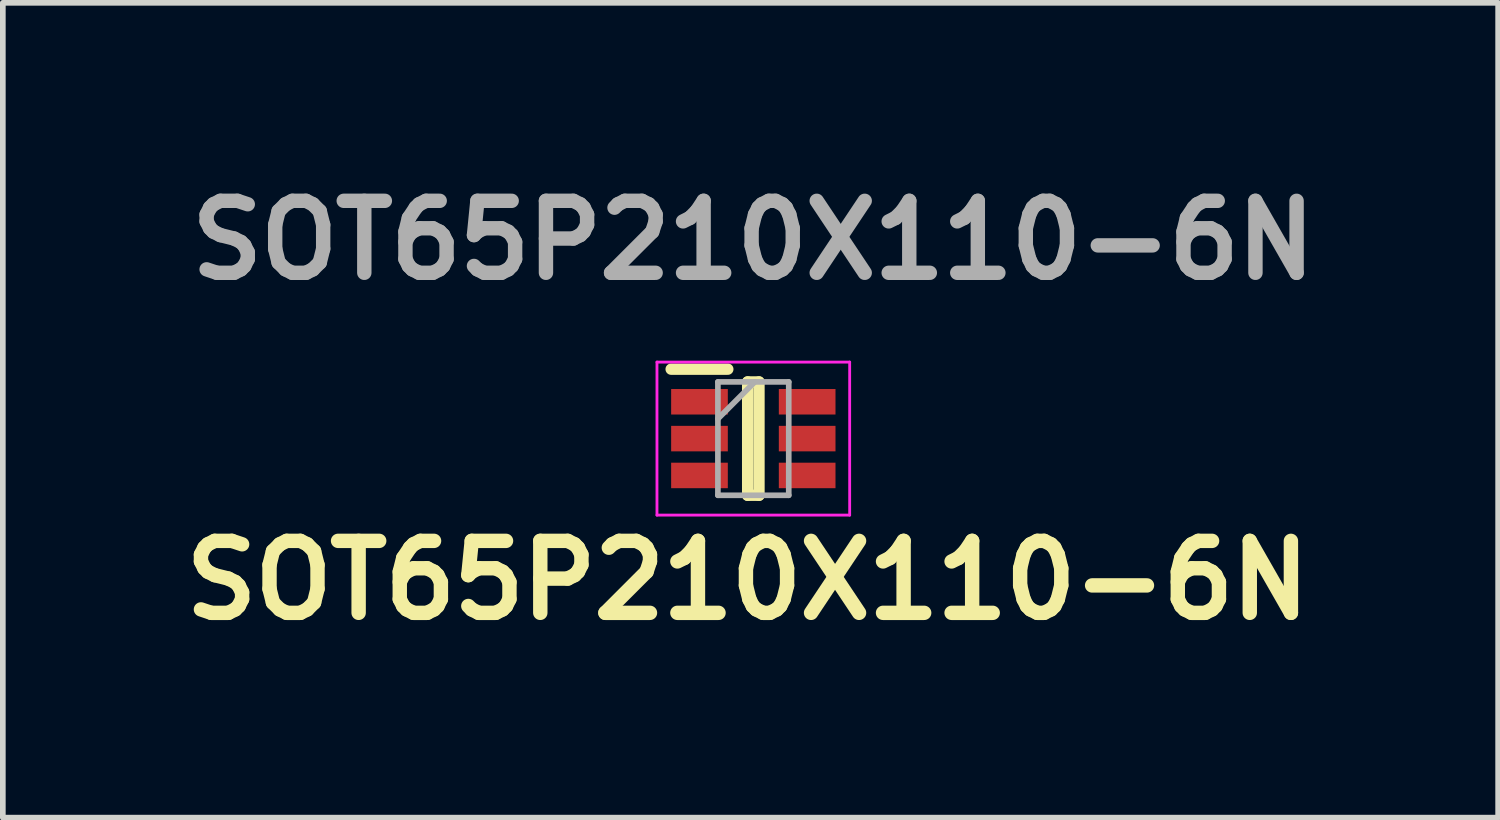
<source format=kicad_pcb>
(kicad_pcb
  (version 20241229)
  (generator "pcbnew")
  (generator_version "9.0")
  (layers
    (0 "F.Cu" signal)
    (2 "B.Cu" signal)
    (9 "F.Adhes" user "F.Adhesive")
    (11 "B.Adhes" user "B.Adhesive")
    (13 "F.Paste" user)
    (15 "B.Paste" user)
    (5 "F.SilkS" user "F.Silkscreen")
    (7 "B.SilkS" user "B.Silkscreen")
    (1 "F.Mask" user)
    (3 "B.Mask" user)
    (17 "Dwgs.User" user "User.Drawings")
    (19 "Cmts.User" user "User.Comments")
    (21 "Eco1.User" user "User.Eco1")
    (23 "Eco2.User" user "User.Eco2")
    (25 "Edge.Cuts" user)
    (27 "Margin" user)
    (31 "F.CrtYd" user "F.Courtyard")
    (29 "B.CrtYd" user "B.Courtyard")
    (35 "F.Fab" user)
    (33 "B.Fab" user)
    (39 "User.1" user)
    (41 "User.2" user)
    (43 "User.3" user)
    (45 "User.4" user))
  (footprint "SOT65P210X110-6N"
    (layer "F.Cu")
    (at 10.242 4.689)
    (property "Reference" "SOT65P210X110-6N" (at -0.1 2.5 0) (layer "F.SilkS") (effects (font (size 1.27 1.27) (thickness 0.254))))
    (attr smd)
    (fp_line (start -1.45 -1.225) (end -0.45 -1.225) (stroke (width 0.2) (type solid)) (layer "F.SilkS"))
    (fp_line (start -0.1 -1) (end 0.1 -1) (stroke (width 0.2) (type solid)) (layer "F.SilkS"))
    (fp_line (start -0.1 1) (end -0.1 -1) (stroke (width 0.2) (type solid)) (layer "F.SilkS"))
    (fp_line (start 0.1 -1) (end 0.1 1) (stroke (width 0.2) (type solid)) (layer "F.SilkS"))
    (fp_line (start 0.1 1) (end -0.1 1) (stroke (width 0.2) (type solid)) (layer "F.SilkS"))
    (fp_line (start -1.7 -1.35) (end 1.7 -1.35) (stroke (width 0.05) (type solid)) (layer "F.CrtYd"))
    (fp_line (start -1.7 1.35) (end -1.7 -1.35) (stroke (width 0.05) (type solid)) (layer "F.CrtYd"))
    (fp_line (start 1.7 -1.35) (end 1.7 1.35) (stroke (width 0.05) (type solid)) (layer "F.CrtYd"))
    (fp_line (start 1.7 1.35) (end -1.7 1.35) (stroke (width 0.05) (type solid)) (layer "F.CrtYd"))
    (fp_line (start -0.625 -1) (end 0.625 -1) (stroke (width 0.1) (type solid)) (layer "F.Fab"))
    (fp_line (start -0.625 -0.35) (end 0.025 -1) (stroke (width 0.1) (type solid)) (layer "F.Fab"))
    (fp_line (start -0.625 1) (end -0.625 -1) (stroke (width 0.1) (type solid)) (layer "F.Fab"))
    (fp_line (start 0.625 -1) (end 0.625 1) (stroke (width 0.1) (type solid)) (layer "F.Fab"))
    (fp_line (start 0.625 1) (end -0.625 1) (stroke (width 0.1) (type solid)) (layer "F.Fab"))
    (fp_text user "${REFERENCE}" (at 0 -3.5 0) (layer "F.Fab") (effects (font (size 1.27 1.27) (thickness 0.254))))
    (pad "1" smd rect (at -0.95 -0.65 90) (size 0.45 1) (layers "F.Cu" "F.Mask" "F.Paste"))
    (pad "2" smd rect (at -0.95 0 90) (size 0.45 1) (layers "F.Cu" "F.Mask" "F.Paste"))
    (pad "3" smd rect (at -0.95 0.65 90) (size 0.45 1) (layers "F.Cu" "F.Mask" "F.Paste"))
    (pad "4" smd rect (at 0.95 0.65 90) (size 0.45 1) (layers "F.Cu" "F.Mask" "F.Paste"))
    (pad "5" smd rect (at 0.95 0 90) (size 0.45 1) (layers "F.Cu" "F.Mask" "F.Paste"))
    (pad "6" smd rect (at 0.95 -0.65 90) (size 0.45 1) (layers "F.Cu" "F.Mask" "F.Paste")))
  (gr_rect
    (start -3 -3)
    (end 23.384 11.377)
    (stroke (width 0.1) (type default))
    (fill no)
    (layer "Edge.Cuts")))
</source>
